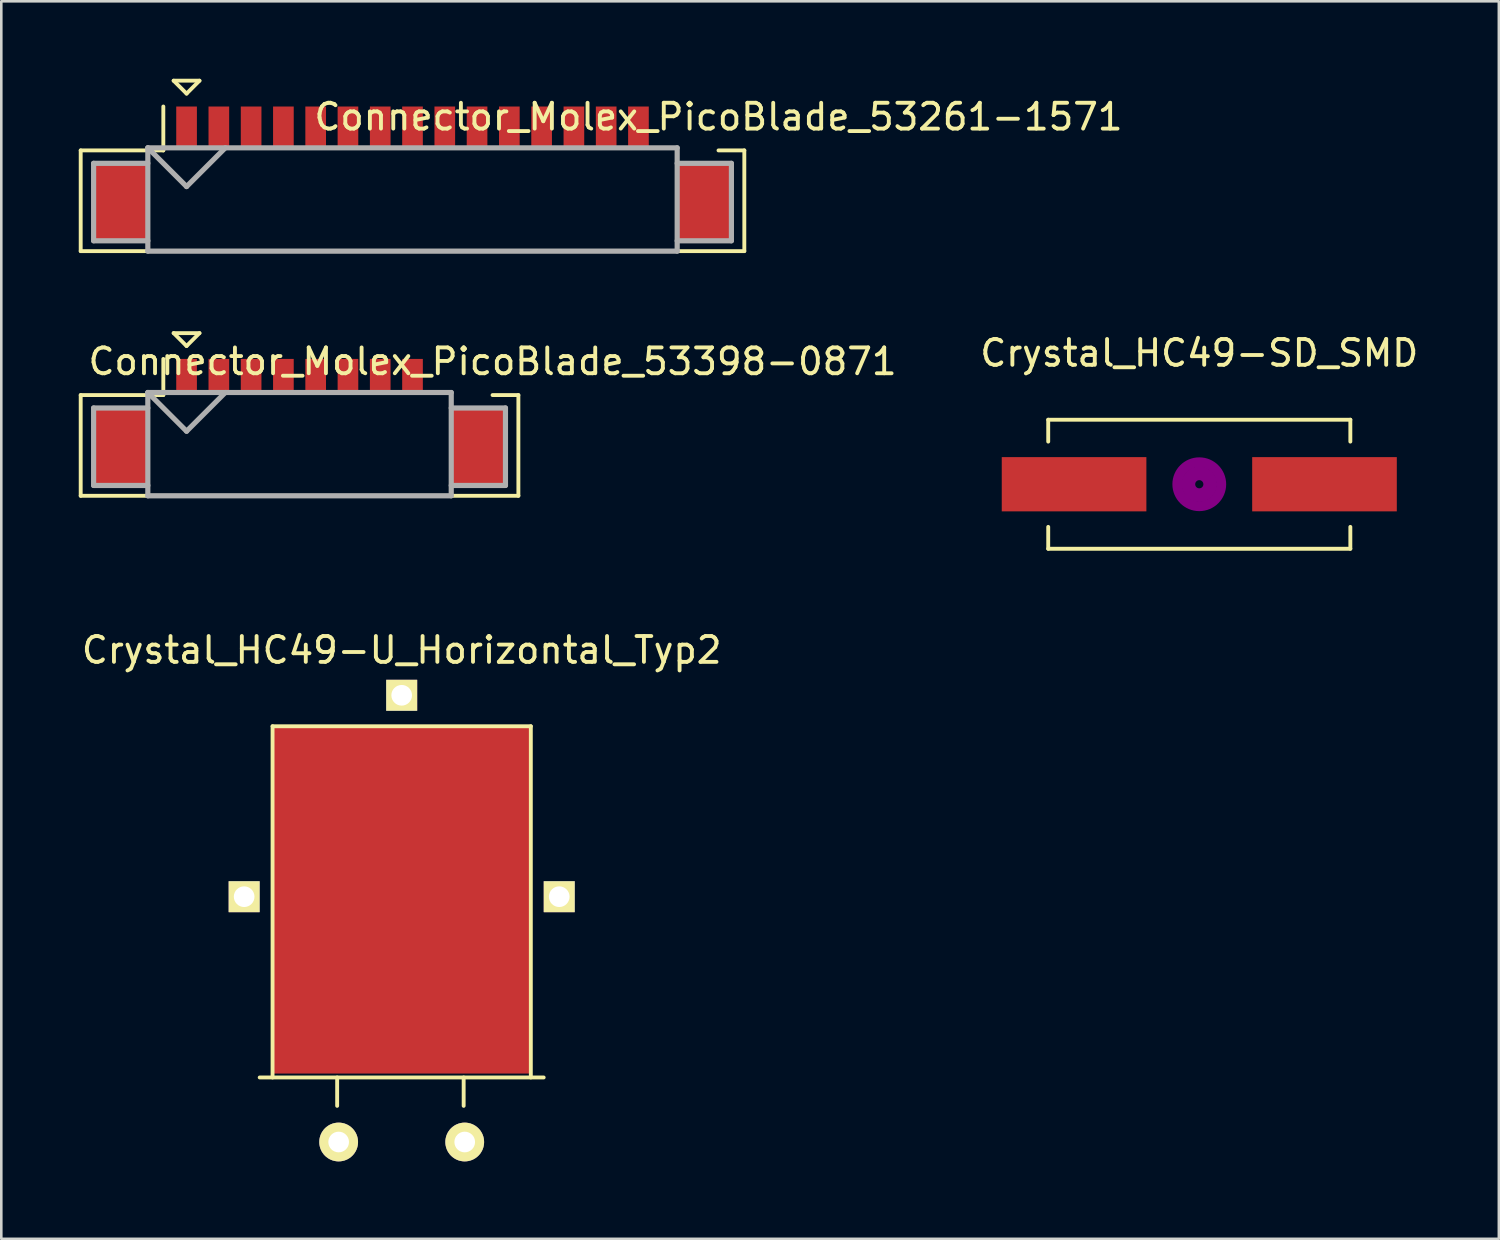
<source format=kicad_pcb>
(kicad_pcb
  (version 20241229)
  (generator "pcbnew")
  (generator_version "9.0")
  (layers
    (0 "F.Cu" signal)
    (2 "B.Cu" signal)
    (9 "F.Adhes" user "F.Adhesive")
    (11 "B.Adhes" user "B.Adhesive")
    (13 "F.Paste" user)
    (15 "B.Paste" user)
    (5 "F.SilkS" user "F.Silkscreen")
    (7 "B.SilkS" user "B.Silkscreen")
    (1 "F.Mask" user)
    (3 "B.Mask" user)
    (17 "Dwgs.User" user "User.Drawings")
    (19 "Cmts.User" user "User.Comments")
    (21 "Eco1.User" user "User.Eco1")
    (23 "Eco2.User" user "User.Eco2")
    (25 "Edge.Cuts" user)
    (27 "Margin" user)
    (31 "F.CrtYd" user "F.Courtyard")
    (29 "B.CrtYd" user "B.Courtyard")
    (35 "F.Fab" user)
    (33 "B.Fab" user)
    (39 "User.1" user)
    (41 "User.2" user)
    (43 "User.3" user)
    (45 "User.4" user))
  (footprint "Connector_Molex_PicoBlade_53261-1571"
    (layer "F.Cu")
    (at 12.925 4.775)
    (property "Reference" "Connector_Molex_PicoBlade_53261-1571" (at 11.85 -3.3 0) (layer "F.SilkS") (effects (font (size 1 1) (thickness 0.15))))
    (attr through_hole)
    (fp_line (start -12.85 -2) (end -12.85 1.9) (stroke (width 0.15) (type solid)) (layer "F.SilkS"))
    (fp_line (start -12.85 1.9) (end 12.85 1.9) (stroke (width 0.15) (type solid)) (layer "F.SilkS"))
    (fp_line (start -9.65 -3.7) (end -9.65 -2) (stroke (width 0.15) (type solid)) (layer "F.SilkS"))
    (fp_line (start -9.65 -2) (end -12.85 -2) (stroke (width 0.15) (type solid)) (layer "F.SilkS"))
    (fp_line (start -9.25 -4.7) (end -8.25 -4.7) (stroke (width 0.15) (type solid)) (layer "F.SilkS"))
    (fp_line (start -8.75 -4.2) (end -9.25 -4.7) (stroke (width 0.15) (type solid)) (layer "F.SilkS"))
    (fp_line (start -8.25 -4.7) (end -8.75 -4.2) (stroke (width 0.15) (type solid)) (layer "F.SilkS"))
    (fp_line (start 12.85 -2) (end 11.85 -2) (stroke (width 0.15) (type solid)) (layer "F.SilkS"))
    (fp_line (start 12.85 1.9) (end 12.85 -2) (stroke (width 0.15) (type solid)) (layer "F.SilkS"))
    (fp_line (start -12.35 -1.5) (end -12.35 1.5) (stroke (width 0.2) (type solid)) (layer "F.Fab"))
    (fp_line (start -12.35 1.5) (end -10.25 1.5) (stroke (width 0.2) (type solid)) (layer "F.Fab"))
    (fp_line (start -10.25 -2.1) (end -10.25 1.9) (stroke (width 0.2) (type solid)) (layer "F.Fab"))
    (fp_line (start -10.25 -2.1) (end -8.75 -0.6) (stroke (width 0.2) (type solid)) (layer "F.Fab"))
    (fp_line (start -10.25 -1.5) (end -12.35 -1.5) (stroke (width 0.2) (type solid)) (layer "F.Fab"))
    (fp_line (start -10.25 1.9) (end 10.25 1.9) (stroke (width 0.2) (type solid)) (layer "F.Fab"))
    (fp_line (start -8.75 -0.6) (end -7.25 -2.1) (stroke (width 0.2) (type solid)) (layer "F.Fab"))
    (fp_line (start 10.25 -2.1) (end -10.25 -2.1) (stroke (width 0.2) (type solid)) (layer "F.Fab"))
    (fp_line (start 10.25 -1.5) (end 12.35 -1.5) (stroke (width 0.2) (type solid)) (layer "F.Fab"))
    (fp_line (start 10.25 1.9) (end 10.25 -2.1) (stroke (width 0.2) (type solid)) (layer "F.Fab"))
    (fp_line (start 12.35 -1.5) (end 12.35 1.5) (stroke (width 0.2) (type solid)) (layer "F.Fab"))
    (fp_line (start 12.35 1.5) (end 10.25 1.5) (stroke (width 0.2) (type solid)) (layer "F.Fab"))
    (pad "" smd rect (at -11.3 0) (size 2.1 3) (layers "F.Cu" "F.Mask" "F.Paste"))
    (pad "" smd rect (at 11.3 0) (size 2.1 3) (layers "F.Cu" "F.Mask" "F.Paste"))
    (pad "1" smd rect (at -8.75 -2.9) (size 0.8 1.6) (layers "F.Cu" "F.Mask" "F.Paste"))
    (pad "2" smd rect (at -7.5 -2.9) (size 0.8 1.6) (layers "F.Cu" "F.Mask" "F.Paste"))
    (pad "3" smd rect (at -6.25 -2.9) (size 0.8 1.6) (layers "F.Cu" "F.Mask" "F.Paste"))
    (pad "4" smd rect (at -5 -2.9) (size 0.8 1.6) (layers "F.Cu" "F.Mask" "F.Paste"))
    (pad "5" smd rect (at -3.75 -2.9) (size 0.8 1.6) (layers "F.Cu" "F.Mask" "F.Paste"))
    (pad "6" smd rect (at -2.5 -2.9) (size 0.8 1.6) (layers "F.Cu" "F.Mask" "F.Paste"))
    (pad "7" smd rect (at -1.25 -2.9) (size 0.8 1.6) (layers "F.Cu" "F.Mask" "F.Paste"))
    (pad "8" smd rect (at 0 -2.9) (size 0.8 1.6) (layers "F.Cu" "F.Mask" "F.Paste"))
    (pad "9" smd rect (at 1.25 -2.9) (size 0.8 1.6) (layers "F.Cu" "F.Mask" "F.Paste"))
    (pad "10" smd rect (at 2.5 -2.9) (size 0.8 1.6) (layers "F.Cu" "F.Mask" "F.Paste"))
    (pad "11" smd rect (at 3.75 -2.9) (size 0.8 1.6) (layers "F.Cu" "F.Mask" "F.Paste"))
    (pad "12" smd rect (at 5 -2.9) (size 0.8 1.6) (layers "F.Cu" "F.Mask" "F.Paste"))
    (pad "13" smd rect (at 6.25 -2.9) (size 0.8 1.6) (layers "F.Cu" "F.Mask" "F.Paste"))
    (pad "14" smd rect (at 7.5 -2.9) (size 0.8 1.6) (layers "F.Cu" "F.Mask" "F.Paste"))
    (pad "15" smd rect (at 8.75 -2.9) (size 0.8 1.6) (layers "F.Cu" "F.Mask" "F.Paste")))
  (footprint "Crystal_HC49-SD_SMD"
    (layer "F.Cu")
    (at 43.394 15.703)
    (property "Reference" "Crystal_HC49-SD_SMD" (at 0 -5.08 0) (layer "F.SilkS") (effects (font (size 1 1) (thickness 0.15))))
    (attr smd)
    (fp_line (start -5.85 -2.499) (end -5.85 -1.651) (stroke (width 0.15) (type solid)) (layer "F.SilkS"))
    (fp_line (start -5.85 2.499) (end -5.85 1.651) (stroke (width 0.15) (type solid)) (layer "F.SilkS"))
    (fp_line (start -5.85 2.499) (end 5.85 2.499) (stroke (width 0.15) (type solid)) (layer "F.SilkS"))
    (fp_line (start 5.85 -2.499) (end -5.85 -2.499) (stroke (width 0.15) (type solid)) (layer "F.SilkS"))
    (fp_line (start 5.85 -2.499) (end 5.85 -1.651) (stroke (width 0.15) (type solid)) (layer "F.SilkS"))
    (fp_line (start 5.85 2.499) (end 5.85 1.651) (stroke (width 0.15) (type solid)) (layer "F.SilkS"))
    (fp_circle (center 0 0) (end 0.15 0.051) (stroke (width 0.381) (type solid)) (fill no) (layer "F.Adhes"))
    (fp_circle (center 0 0) (end 0.5 0) (stroke (width 0.381) (type solid)) (fill no) (layer "F.Adhes"))
    (fp_circle (center 0 0) (end 0.851 0) (stroke (width 0.381) (type solid)) (fill no) (layer "F.Adhes"))
    (pad "1" smd rect (at -4.849 0) (size 5.601 2.101) (layers "F.Cu" "F.Mask" "F.Paste"))
    (pad "2" smd rect (at 4.849 0) (size 5.601 2.101) (layers "F.Cu" "F.Mask" "F.Paste")))
  (footprint "Crystal_HC49-U_Horizontal_Typ2"
    (layer "F.Cu")
    (at 12.506 41.176)
    (property "Reference" "Crystal_HC49-U_Horizontal_Typ2" (at 0 -19.05 0) (layer "F.SilkS") (effects (font (size 1 1) (thickness 0.15))))
    (attr through_hole)
    (fp_line (start -5.499 -2.499) (end 5.499 -2.499) (stroke (width 0.15) (type solid)) (layer "F.SilkS"))
    (fp_line (start -5.001 -16.101) (end 5.001 -16.101) (stroke (width 0.15) (type solid)) (layer "F.SilkS"))
    (fp_line (start -5.001 -2.499) (end -5.001 -16.101) (stroke (width 0.15) (type solid)) (layer "F.SilkS"))
    (fp_line (start -2.499 -1.4) (end -2.499 -2.499) (stroke (width 0.15) (type solid)) (layer "F.SilkS"))
    (fp_line (start 2.4 -1.4) (end 2.4 -2.499) (stroke (width 0.15) (type solid)) (layer "F.SilkS"))
    (fp_line (start 5.001 -16.101) (end 5.001 -2.499) (stroke (width 0.15) (type solid)) (layer "F.SilkS"))
    (pad "1" thru_hole circle (at -2.441 0) (size 1.501 1.501) (drill 0.8) (layers "*.Cu" "*.Mask" "F.SilkS"))
    (pad "2" thru_hole circle (at 2.441 0) (size 1.501 1.501) (drill 0.8) (layers "*.Cu" "*.Mask" "F.SilkS"))
    (pad "3" thru_hole rect (at -6.101 -9.5) (size 1.199 1.199) (drill 0.8) (layers "*.Cu" "*.Mask" "F.SilkS"))
    (pad "3" thru_hole rect (at 0 -17.3) (size 1.199 1.199) (drill 0.8) (layers "*.Cu" "*.Mask" "F.SilkS"))
    (pad "3" smd rect (at 0 -9.401) (size 10 13.5) (layers "F.Cu" "F.Mask" "F.Paste"))
    (pad "3" thru_hole rect (at 6.101 -9.5) (size 1.199 1.199) (drill 0.8) (layers "*.Cu" "*.Mask" "F.SilkS")))
  (footprint "Connector_Molex_PicoBlade_53398-0871"
    (layer "F.Cu")
    (at 8.55 14.25)
    (property "Reference" "Connector_Molex_PicoBlade_53398-0871" (at 7.475 -3.3 0) (layer "F.SilkS") (effects (font (size 1 1) (thickness 0.15))))
    (attr through_hole)
    (fp_line (start -8.475 -2) (end -8.475 1.9) (stroke (width 0.15) (type solid)) (layer "F.SilkS"))
    (fp_line (start -8.475 1.9) (end 8.475 1.9) (stroke (width 0.15) (type solid)) (layer "F.SilkS"))
    (fp_line (start -5.275 -3.4) (end -5.275 -2) (stroke (width 0.15) (type solid)) (layer "F.SilkS"))
    (fp_line (start -5.275 -2) (end -8.475 -2) (stroke (width 0.15) (type solid)) (layer "F.SilkS"))
    (fp_line (start -4.875 -4.4) (end -3.875 -4.4) (stroke (width 0.15) (type solid)) (layer "F.SilkS"))
    (fp_line (start -4.375 -3.9) (end -4.875 -4.4) (stroke (width 0.15) (type solid)) (layer "F.SilkS"))
    (fp_line (start -3.875 -4.4) (end -4.375 -3.9) (stroke (width 0.15) (type solid)) (layer "F.SilkS"))
    (fp_line (start 8.475 -2) (end 7.475 -2) (stroke (width 0.15) (type solid)) (layer "F.SilkS"))
    (fp_line (start 8.475 1.9) (end 8.475 -2) (stroke (width 0.15) (type solid)) (layer "F.SilkS"))
    (fp_line (start -7.975 -1.5) (end -7.975 1.5) (stroke (width 0.2) (type solid)) (layer "F.Fab"))
    (fp_line (start -7.975 1.5) (end -5.875 1.5) (stroke (width 0.2) (type solid)) (layer "F.Fab"))
    (fp_line (start -5.875 -2.1) (end -5.875 1.9) (stroke (width 0.2) (type solid)) (layer "F.Fab"))
    (fp_line (start -5.875 -2.1) (end -4.375 -0.6) (stroke (width 0.2) (type solid)) (layer "F.Fab"))
    (fp_line (start -5.875 -1.5) (end -7.975 -1.5) (stroke (width 0.2) (type solid)) (layer "F.Fab"))
    (fp_line (start -5.875 1.9) (end 5.875 1.9) (stroke (width 0.2) (type solid)) (layer "F.Fab"))
    (fp_line (start -4.375 -0.6) (end -2.875 -2.1) (stroke (width 0.2) (type solid)) (layer "F.Fab"))
    (fp_line (start 5.875 -2.1) (end -5.875 -2.1) (stroke (width 0.2) (type solid)) (layer "F.Fab"))
    (fp_line (start 5.875 -1.5) (end 7.975 -1.5) (stroke (width 0.2) (type solid)) (layer "F.Fab"))
    (fp_line (start 5.875 1.9) (end 5.875 -2.1) (stroke (width 0.2) (type solid)) (layer "F.Fab"))
    (fp_line (start 7.975 -1.5) (end 7.975 1.5) (stroke (width 0.2) (type solid)) (layer "F.Fab"))
    (fp_line (start 7.975 1.5) (end 5.875 1.5) (stroke (width 0.2) (type solid)) (layer "F.Fab"))
    (pad "" smd rect (at -6.925 0) (size 2.1 3) (layers "F.Cu" "F.Mask" "F.Paste"))
    (pad "" smd rect (at 6.925 0) (size 2.1 3) (layers "F.Cu" "F.Mask" "F.Paste"))
    (pad "1" smd rect (at -4.375 -2.75) (size 0.8 1.3) (layers "F.Cu" "F.Mask" "F.Paste"))
    (pad "2" smd rect (at -3.125 -2.75) (size 0.8 1.3) (layers "F.Cu" "F.Mask" "F.Paste"))
    (pad "3" smd rect (at -1.875 -2.75) (size 0.8 1.3) (layers "F.Cu" "F.Mask" "F.Paste"))
    (pad "4" smd rect (at -0.625 -2.75) (size 0.8 1.3) (layers "F.Cu" "F.Mask" "F.Paste"))
    (pad "5" smd rect (at 0.625 -2.75) (size 0.8 1.3) (layers "F.Cu" "F.Mask" "F.Paste"))
    (pad "6" smd rect (at 1.875 -2.75) (size 0.8 1.3) (layers "F.Cu" "F.Mask" "F.Paste"))
    (pad "7" smd rect (at 3.125 -2.75) (size 0.8 1.3) (layers "F.Cu" "F.Mask" "F.Paste"))
    (pad "8" smd rect (at 4.375 -2.75) (size 0.8 1.3) (layers "F.Cu" "F.Mask" "F.Paste")))
  (gr_rect
    (start -3 -3)
    (end 54.995 44.926)
    (stroke (width 0.1) (type default))
    (fill no)
    (layer "Edge.Cuts")))
</source>
